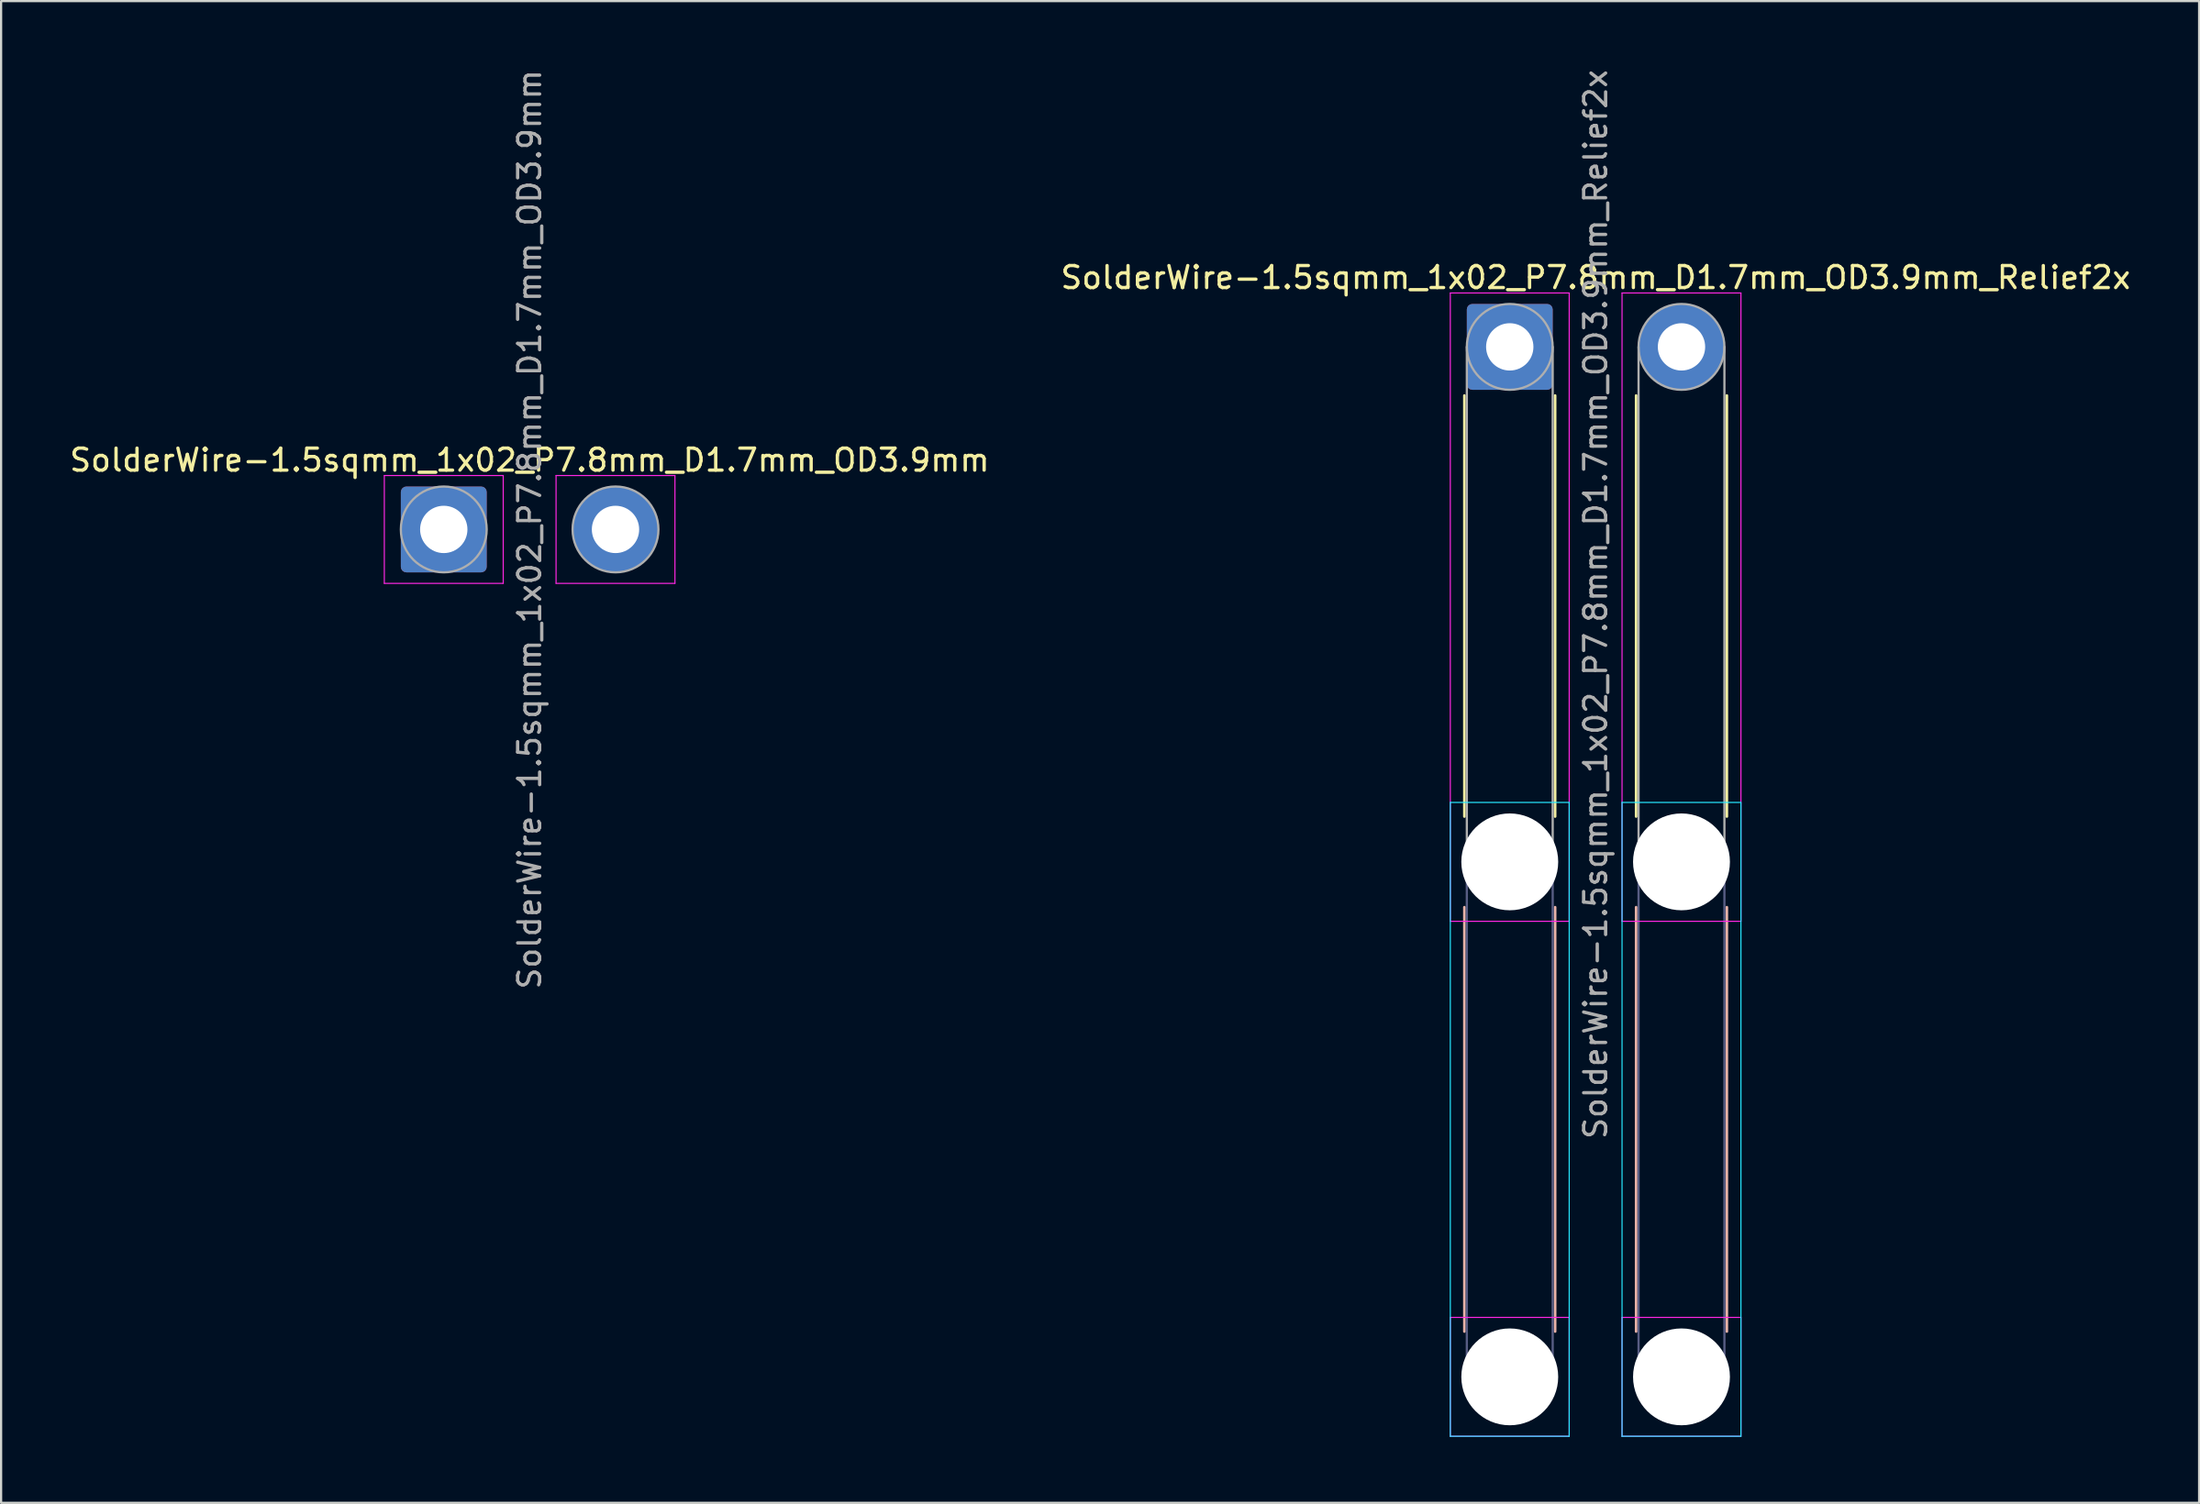
<source format=kicad_pcb>
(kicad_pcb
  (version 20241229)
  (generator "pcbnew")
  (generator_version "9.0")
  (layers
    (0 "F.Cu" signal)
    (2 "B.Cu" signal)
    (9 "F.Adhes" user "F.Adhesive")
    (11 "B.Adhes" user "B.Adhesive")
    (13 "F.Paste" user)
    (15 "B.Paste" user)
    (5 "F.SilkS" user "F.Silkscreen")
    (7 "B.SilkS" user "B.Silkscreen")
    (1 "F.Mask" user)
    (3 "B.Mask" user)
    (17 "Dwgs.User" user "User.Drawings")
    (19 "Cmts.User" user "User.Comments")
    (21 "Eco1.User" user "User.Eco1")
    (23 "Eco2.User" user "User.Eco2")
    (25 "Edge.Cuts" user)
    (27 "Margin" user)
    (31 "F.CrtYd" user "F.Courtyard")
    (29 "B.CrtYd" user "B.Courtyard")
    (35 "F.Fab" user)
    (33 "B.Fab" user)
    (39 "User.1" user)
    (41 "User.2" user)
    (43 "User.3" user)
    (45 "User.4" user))
  (footprint "SolderWire-1.5sqmm_1x02_P7.8mm_D1.7mm_OD3.9mm_Relief2x"
    (layer "F.Cu")
    (at 65.523 12.711)
    (property "Reference" "SolderWire-1.5sqmm_1x02_P7.8mm_D1.7mm_OD3.9mm_Relief2x" (at 3.9 -3.15 0) (layer "F.SilkS") (effects (font (size 1 1) (thickness 0.15))))
    (attr exclude_from_pos_files exclude_from_bom)
    (fp_line (start -2.06 2.21) (end -2.06 21.34) (stroke (width 0.12) (type solid)) (layer "F.SilkS"))
    (fp_line (start 2.06 2.21) (end 2.06 21.34) (stroke (width 0.12) (type solid)) (layer "F.SilkS"))
    (fp_line (start 5.74 2.21) (end 5.74 21.34) (stroke (width 0.12) (type solid)) (layer "F.SilkS"))
    (fp_line (start 9.86 2.21) (end 9.86 21.34) (stroke (width 0.12) (type solid)) (layer "F.SilkS"))
    (fp_line (start -2.06 25.46) (end -2.06 44.74) (stroke (width 0.12) (type solid)) (layer "B.SilkS"))
    (fp_line (start 2.06 25.46) (end 2.06 44.74) (stroke (width 0.12) (type solid)) (layer "B.SilkS"))
    (fp_line (start 5.74 25.46) (end 5.74 44.74) (stroke (width 0.12) (type solid)) (layer "B.SilkS"))
    (fp_line (start 9.86 25.46) (end 9.86 44.74) (stroke (width 0.12) (type solid)) (layer "B.SilkS"))
    (fp_line (start -2.7 20.7) (end -2.7 49.5) (stroke (width 0.05) (type solid)) (layer "B.CrtYd"))
    (fp_line (start -2.7 49.5) (end 2.7 49.5) (stroke (width 0.05) (type solid)) (layer "B.CrtYd"))
    (fp_line (start 2.7 20.7) (end -2.7 20.7) (stroke (width 0.05) (type solid)) (layer "B.CrtYd"))
    (fp_line (start 2.7 49.5) (end 2.7 20.7) (stroke (width 0.05) (type solid)) (layer "B.CrtYd"))
    (fp_line (start 5.1 20.7) (end 5.1 49.5) (stroke (width 0.05) (type solid)) (layer "B.CrtYd"))
    (fp_line (start 5.1 49.5) (end 10.5 49.5) (stroke (width 0.05) (type solid)) (layer "B.CrtYd"))
    (fp_line (start 10.5 20.7) (end 5.1 20.7) (stroke (width 0.05) (type solid)) (layer "B.CrtYd"))
    (fp_line (start 10.5 49.5) (end 10.5 20.7) (stroke (width 0.05) (type solid)) (layer "B.CrtYd"))
    (fp_line (start -2.7 -2.45) (end -2.7 26.1) (stroke (width 0.05) (type solid)) (layer "F.CrtYd"))
    (fp_line (start -2.7 26.1) (end 2.7 26.1) (stroke (width 0.05) (type solid)) (layer "F.CrtYd"))
    (fp_line (start -2.7 44.1) (end -2.7 49.5) (stroke (width 0.05) (type solid)) (layer "F.CrtYd"))
    (fp_line (start -2.7 49.5) (end 2.7 49.5) (stroke (width 0.05) (type solid)) (layer "F.CrtYd"))
    (fp_line (start 2.7 -2.45) (end -2.7 -2.45) (stroke (width 0.05) (type solid)) (layer "F.CrtYd"))
    (fp_line (start 2.7 26.1) (end 2.7 -2.45) (stroke (width 0.05) (type solid)) (layer "F.CrtYd"))
    (fp_line (start 2.7 44.1) (end -2.7 44.1) (stroke (width 0.05) (type solid)) (layer "F.CrtYd"))
    (fp_line (start 2.7 49.5) (end 2.7 44.1) (stroke (width 0.05) (type solid)) (layer "F.CrtYd"))
    (fp_line (start 5.1 -2.45) (end 5.1 26.1) (stroke (width 0.05) (type solid)) (layer "F.CrtYd"))
    (fp_line (start 5.1 26.1) (end 10.5 26.1) (stroke (width 0.05) (type solid)) (layer "F.CrtYd"))
    (fp_line (start 5.1 44.1) (end 5.1 49.5) (stroke (width 0.05) (type solid)) (layer "F.CrtYd"))
    (fp_line (start 5.1 49.5) (end 10.5 49.5) (stroke (width 0.05) (type solid)) (layer "F.CrtYd"))
    (fp_line (start 10.5 -2.45) (end 5.1 -2.45) (stroke (width 0.05) (type solid)) (layer "F.CrtYd"))
    (fp_line (start 10.5 26.1) (end 10.5 -2.45) (stroke (width 0.05) (type solid)) (layer "F.CrtYd"))
    (fp_line (start 10.5 44.1) (end 5.1 44.1) (stroke (width 0.05) (type solid)) (layer "F.CrtYd"))
    (fp_line (start 10.5 49.5) (end 10.5 44.1) (stroke (width 0.05) (type solid)) (layer "F.CrtYd"))
    (fp_line (start -1.95 23.4) (end -1.95 46.8) (stroke (width 0.1) (type solid)) (layer "B.Fab"))
    (fp_line (start 1.95 23.4) (end 1.95 46.8) (stroke (width 0.1) (type solid)) (layer "B.Fab"))
    (fp_line (start 5.85 23.4) (end 5.85 46.8) (stroke (width 0.1) (type solid)) (layer "B.Fab"))
    (fp_line (start 9.75 23.4) (end 9.75 46.8) (stroke (width 0.1) (type solid)) (layer "B.Fab"))
    (fp_circle (center 0 23.4) (end 1.95 23.4) (stroke (width 0.1) (type solid)) (fill no) (layer "B.Fab"))
    (fp_circle (center 0 46.8) (end 1.95 46.8) (stroke (width 0.1) (type solid)) (fill no) (layer "B.Fab"))
    (fp_circle (center 7.8 23.4) (end 9.75 23.4) (stroke (width 0.1) (type solid)) (fill no) (layer "B.Fab"))
    (fp_circle (center 7.8 46.8) (end 9.75 46.8) (stroke (width 0.1) (type solid)) (fill no) (layer "B.Fab"))
    (fp_line (start -1.95 0) (end -1.95 23.4) (stroke (width 0.1) (type solid)) (layer "F.Fab"))
    (fp_line (start 1.95 0) (end 1.95 23.4) (stroke (width 0.1) (type solid)) (layer "F.Fab"))
    (fp_line (start 5.85 0) (end 5.85 23.4) (stroke (width 0.1) (type solid)) (layer "F.Fab"))
    (fp_line (start 9.75 0) (end 9.75 23.4) (stroke (width 0.1) (type solid)) (layer "F.Fab"))
    (fp_circle (center 0 0) (end 1.95 0) (stroke (width 0.1) (type solid)) (fill no) (layer "F.Fab"))
    (fp_circle (center 0 23.4) (end 1.95 23.4) (stroke (width 0.1) (type solid)) (fill no) (layer "F.Fab"))
    (fp_circle (center 0 46.8) (end 1.95 46.8) (stroke (width 0.1) (type solid)) (fill no) (layer "F.Fab"))
    (fp_circle (center 7.8 0) (end 9.75 0) (stroke (width 0.1) (type solid)) (fill no) (layer "F.Fab"))
    (fp_circle (center 7.8 23.4) (end 9.75 23.4) (stroke (width 0.1) (type solid)) (fill no) (layer "F.Fab"))
    (fp_circle (center 7.8 46.8) (end 9.75 46.8) (stroke (width 0.1) (type solid)) (fill no) (layer "F.Fab"))
    (fp_text user "${REFERENCE}" (at 3.9 11.7 90) (layer "F.Fab") (effects (font (size 1 1) (thickness 0.15))))
    (pad "" np_thru_hole circle (at 0 23.4) (size 4.4 4.4) (drill 4.4) (layers "*.Cu" "*.Mask"))
    (pad "" np_thru_hole circle (at 0 46.8) (size 4.4 4.4) (drill 4.4) (layers "*.Cu" "*.Mask"))
    (pad "" np_thru_hole circle (at 7.8 23.4) (size 4.4 4.4) (drill 4.4) (layers "*.Cu" "*.Mask"))
    (pad "" np_thru_hole circle (at 7.8 46.8) (size 4.4 4.4) (drill 4.4) (layers "*.Cu" "*.Mask"))
    (pad "1" thru_hole roundrect (at 0 0) (size 3.9 3.9) (drill 2.15) (layers "*.Cu" "*.Mask") (roundrect_rratio 0.064))
    (pad "2" thru_hole circle (at 7.8 0) (size 3.9 3.9) (drill 2.15) (layers "*.Cu" "*.Mask")))
  (footprint "SolderWire-1.5sqmm_1x02_P7.8mm_D1.7mm_OD3.9mm"
    (layer "F.Cu")
    (at 17.106 21.006)
    (property "Reference" "SolderWire-1.5sqmm_1x02_P7.8mm_D1.7mm_OD3.9mm" (at 3.9 -3.15 0) (layer "F.SilkS") (effects (font (size 1 1) (thickness 0.15))))
    (attr exclude_from_pos_files exclude_from_bom)
    (fp_line (start -2.7 -2.45) (end -2.7 2.45) (stroke (width 0.05) (type solid)) (layer "F.CrtYd"))
    (fp_line (start -2.7 2.45) (end 2.7 2.45) (stroke (width 0.05) (type solid)) (layer "F.CrtYd"))
    (fp_line (start 2.7 -2.45) (end -2.7 -2.45) (stroke (width 0.05) (type solid)) (layer "F.CrtYd"))
    (fp_line (start 2.7 2.45) (end 2.7 -2.45) (stroke (width 0.05) (type solid)) (layer "F.CrtYd"))
    (fp_line (start 5.1 -2.45) (end 5.1 2.45) (stroke (width 0.05) (type solid)) (layer "F.CrtYd"))
    (fp_line (start 5.1 2.45) (end 10.5 2.45) (stroke (width 0.05) (type solid)) (layer "F.CrtYd"))
    (fp_line (start 10.5 -2.45) (end 5.1 -2.45) (stroke (width 0.05) (type solid)) (layer "F.CrtYd"))
    (fp_line (start 10.5 2.45) (end 10.5 -2.45) (stroke (width 0.05) (type solid)) (layer "F.CrtYd"))
    (fp_circle (center 0 0) (end 1.95 0) (stroke (width 0.1) (type solid)) (fill no) (layer "F.Fab"))
    (fp_circle (center 7.8 0) (end 9.75 0) (stroke (width 0.1) (type solid)) (fill no) (layer "F.Fab"))
    (fp_text user "${REFERENCE}" (at 3.9 0 90) (layer "F.Fab") (effects (font (size 1 1) (thickness 0.15))))
    (pad "1" thru_hole roundrect (at 0 0) (size 3.9 3.9) (drill 2.15) (layers "*.Cu" "*.Mask") (roundrect_rratio 0.064))
    (pad "2" thru_hole circle (at 7.8 0) (size 3.9 3.9) (drill 2.15) (layers "*.Cu" "*.Mask")))
  (gr_rect
    (start -3 -3)
    (end 96.833 65.236)
    (stroke (width 0.1) (type default))
    (fill no)
    (layer "Edge.Cuts")))
</source>
